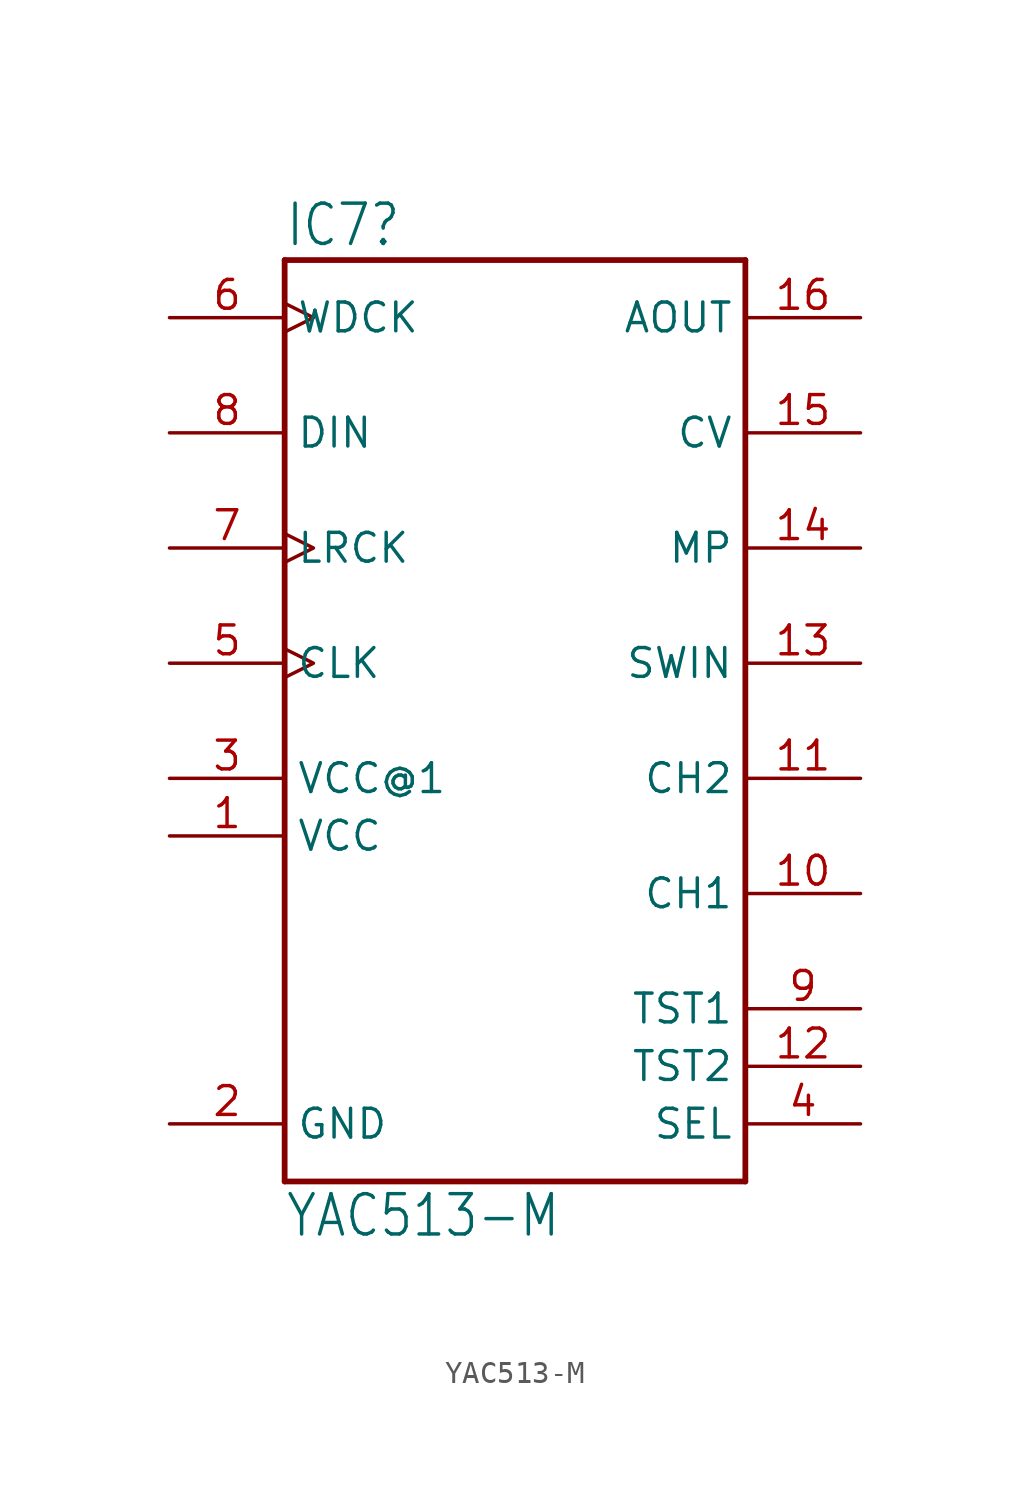
<source format=kicad_sym>
(kicad_symbol_lib
  (version 20220914)
  (generator kicad_symbol_editor)
  (symbol "YAC513-M"
    (property "Reference" "IC7"
      (at -10.16 20.828 0)
      (effects (font (size 1.778 1.511)) (justify left bottom)))
    (property "Value" "YAC513-M"
      (at -10.16 -22.86 0)
      (effects (font (size 1.778 1.511)) (justify left bottom)))
    (property "ki_locked" ""
      (at 0 0 0)
      (effects (font (size 1.27 1.27))))
    (symbol "YAC513-M_1_0"
      (polyline (pts (xy -10.16 -20.32) (xy -10.16 20.32)) (stroke (width 0.254) (type default)) (fill (type none)))
      (polyline (pts (xy -10.16 20.32) (xy 10.16 20.32)) (stroke (width 0.254) (type default)) (fill (type none)))
      (polyline (pts (xy 10.16 -20.32) (xy -10.16 -20.32)) (stroke (width 0.254) (type default)) (fill (type none)))
      (polyline (pts (xy 10.16 20.32) (xy 10.16 -20.32)) (stroke (width 0.254) (type default)) (fill (type none)))
      (pin power_in line (at -15.24 -5.08 0) (length 5.08) (name "VCC" (effects (font (size 1.27 1.27)))) (number "1" (effects (font (size 1.27 1.27)))))
      (pin output line (at 15.24 -7.62 180) (length 5.08) (name "CH1" (effects (font (size 1.27 1.27)))) (number "10" (effects (font (size 1.27 1.27)))))
      (pin output line (at 15.24 -2.54 180) (length 5.08) (name "CH2" (effects (font (size 1.27 1.27)))) (number "11" (effects (font (size 1.27 1.27)))))
      (pin input line (at 15.24 -15.24 180) (length 5.08) (name "TST2" (effects (font (size 1.27 1.27)))) (number "12" (effects (font (size 1.27 1.27)))))
      (pin input line (at 15.24 2.54 180) (length 5.08) (name "SWIN" (effects (font (size 1.27 1.27)))) (number "13" (effects (font (size 1.27 1.27)))))
      (pin input line (at 15.24 7.62 180) (length 5.08) (name "MP" (effects (font (size 1.27 1.27)))) (number "14" (effects (font (size 1.27 1.27)))))
      (pin input line (at 15.24 12.7 180) (length 5.08) (name "CV" (effects (font (size 1.27 1.27)))) (number "15" (effects (font (size 1.27 1.27)))))
      (pin output line (at 15.24 17.78 180) (length 5.08) (name "AOUT" (effects (font (size 1.27 1.27)))) (number "16" (effects (font (size 1.27 1.27)))))
      (pin power_in line (at -15.24 -17.78 0) (length 5.08) (name "GND" (effects (font (size 1.27 1.27)))) (number "2" (effects (font (size 1.27 1.27)))))
      (pin power_in line (at -15.24 -2.54 0) (length 5.08) (name "VCC@1" (effects (font (size 1.27 1.27)))) (number "3" (effects (font (size 1.27 1.27)))))
      (pin input line (at 15.24 -17.78 180) (length 5.08) (name "SEL" (effects (font (size 1.27 1.27)))) (number "4" (effects (font (size 1.27 1.27)))))
      (pin input clock (at -15.24 2.54 0) (length 5.08) (name "CLK" (effects (font (size 1.27 1.27)))) (number "5" (effects (font (size 1.27 1.27)))))
      (pin input clock (at -15.24 17.78 0) (length 5.08) (name "WDCK" (effects (font (size 1.27 1.27)))) (number "6" (effects (font (size 1.27 1.27)))))
      (pin input clock (at -15.24 7.62 0) (length 5.08) (name "LRCK" (effects (font (size 1.27 1.27)))) (number "7" (effects (font (size 1.27 1.27)))))
      (pin input line (at -15.24 12.7 0) (length 5.08) (name "DIN" (effects (font (size 1.27 1.27)))) (number "8" (effects (font (size 1.27 1.27)))))
      (pin input line (at 15.24 -12.7 180) (length 5.08) (name "TST1" (effects (font (size 1.27 1.27)))) (number "9" (effects (font (size 1.27 1.27))))))))
</source>
